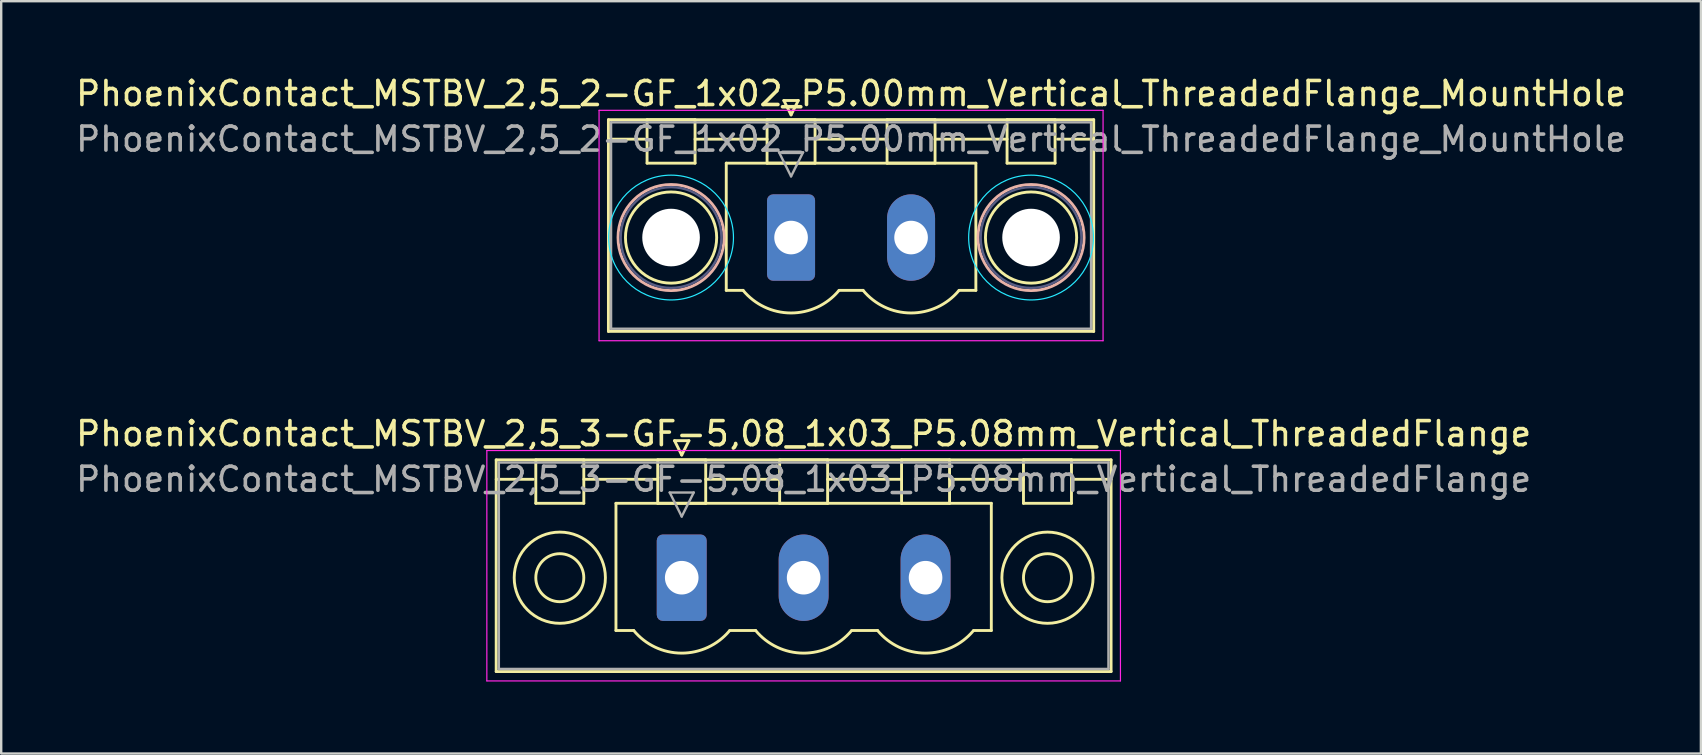
<source format=kicad_pcb>
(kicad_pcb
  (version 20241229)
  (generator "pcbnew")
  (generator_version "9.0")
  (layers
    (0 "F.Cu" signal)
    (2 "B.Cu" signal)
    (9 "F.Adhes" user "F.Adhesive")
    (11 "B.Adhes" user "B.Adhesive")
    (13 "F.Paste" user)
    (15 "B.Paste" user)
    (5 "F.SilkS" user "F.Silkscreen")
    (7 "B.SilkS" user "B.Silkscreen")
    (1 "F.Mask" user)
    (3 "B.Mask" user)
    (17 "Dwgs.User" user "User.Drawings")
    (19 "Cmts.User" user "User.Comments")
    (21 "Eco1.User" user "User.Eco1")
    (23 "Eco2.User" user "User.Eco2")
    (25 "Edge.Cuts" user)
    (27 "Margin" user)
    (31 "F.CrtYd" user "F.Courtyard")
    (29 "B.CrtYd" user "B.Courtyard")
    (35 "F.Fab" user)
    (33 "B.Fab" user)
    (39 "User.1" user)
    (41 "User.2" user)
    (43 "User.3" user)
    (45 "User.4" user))
  (footprint "PhoenixContact_MSTBV_2,5_2-GF_1x02_P5.00mm_Vertical_ThreadedFlange_MountHole"
    (layer "F.Cu")
    (at 29.911 6.848)
    (property "Reference" "PhoenixContact_MSTBV_2,5_2-GF_1x02_P5.00mm_Vertical_ThreadedFlange_MountHole" (at 2.5 -6 0) (layer "F.SilkS") (effects (font (size 1 1) (thickness 0.15))))
    (attr through_hole)
    (fp_line (start -7.61 -4.91) (end -7.61 3.91) (stroke (width 0.12) (type solid)) (layer "F.SilkS"))
    (fp_line (start -7.61 -4.1) (end -6.11 -4.1) (stroke (width 0.12) (type solid)) (layer "F.SilkS"))
    (fp_line (start -7.61 3.91) (end 12.61 3.91) (stroke (width 0.12) (type solid)) (layer "F.SilkS"))
    (fp_line (start -6 -4.91) (end -4 -4.91) (stroke (width 0.12) (type solid)) (layer "F.SilkS"))
    (fp_line (start -6 -3.1) (end -6 -4.91) (stroke (width 0.12) (type solid)) (layer "F.SilkS"))
    (fp_line (start -4 -4.91) (end -4 -3.1) (stroke (width 0.12) (type solid)) (layer "F.SilkS"))
    (fp_line (start -4 -4.1) (end -1 -4.1) (stroke (width 0.12) (type solid)) (layer "F.SilkS"))
    (fp_line (start -4 -3.1) (end -6 -3.1) (stroke (width 0.12) (type solid)) (layer "F.SilkS"))
    (fp_line (start -2.7 -3.1) (end 7.7 -3.1) (stroke (width 0.12) (type solid)) (layer "F.SilkS"))
    (fp_line (start -2.7 2.2) (end -2.7 -3.1) (stroke (width 0.12) (type solid)) (layer "F.SilkS"))
    (fp_line (start -2 2.2) (end -2.7 2.2) (stroke (width 0.12) (type solid)) (layer "F.SilkS"))
    (fp_line (start -1 -4.91) (end 1 -4.91) (stroke (width 0.12) (type solid)) (layer "F.SilkS"))
    (fp_line (start -1 -3.1) (end -1 -4.91) (stroke (width 0.12) (type solid)) (layer "F.SilkS"))
    (fp_line (start -0.3 -5.71) (end 0.3 -5.71) (stroke (width 0.12) (type solid)) (layer "F.SilkS"))
    (fp_line (start 0 -5.11) (end -0.3 -5.71) (stroke (width 0.12) (type solid)) (layer "F.SilkS"))
    (fp_line (start 0.3 -5.71) (end 0 -5.11) (stroke (width 0.12) (type solid)) (layer "F.SilkS"))
    (fp_line (start 1 -4.91) (end 1 -3.1) (stroke (width 0.12) (type solid)) (layer "F.SilkS"))
    (fp_line (start 1 -4.1) (end 4 -4.1) (stroke (width 0.12) (type solid)) (layer "F.SilkS"))
    (fp_line (start 1 -3.1) (end -1 -3.1) (stroke (width 0.12) (type solid)) (layer "F.SilkS"))
    (fp_line (start 2 2.2) (end 3 2.2) (stroke (width 0.12) (type solid)) (layer "F.SilkS"))
    (fp_line (start 4 -4.91) (end 6 -4.91) (stroke (width 0.12) (type solid)) (layer "F.SilkS"))
    (fp_line (start 4 -3.1) (end 4 -4.91) (stroke (width 0.12) (type solid)) (layer "F.SilkS"))
    (fp_line (start 6 -4.91) (end 6 -3.1) (stroke (width 0.12) (type solid)) (layer "F.SilkS"))
    (fp_line (start 6 -4.1) (end 9 -4.1) (stroke (width 0.12) (type solid)) (layer "F.SilkS"))
    (fp_line (start 6 -3.1) (end 4 -3.1) (stroke (width 0.12) (type solid)) (layer "F.SilkS"))
    (fp_line (start 7.7 -3.1) (end 7.7 2.2) (stroke (width 0.12) (type solid)) (layer "F.SilkS"))
    (fp_line (start 7.7 2.2) (end 7 2.2) (stroke (width 0.12) (type solid)) (layer "F.SilkS"))
    (fp_line (start 9 -4.91) (end 11 -4.91) (stroke (width 0.12) (type solid)) (layer "F.SilkS"))
    (fp_line (start 9 -3.1) (end 9 -4.91) (stroke (width 0.12) (type solid)) (layer "F.SilkS"))
    (fp_line (start 11 -4.91) (end 11 -3.1) (stroke (width 0.12) (type solid)) (layer "F.SilkS"))
    (fp_line (start 11 -3.1) (end 9 -3.1) (stroke (width 0.12) (type solid)) (layer "F.SilkS"))
    (fp_line (start 12.61 -4.91) (end -7.61 -4.91) (stroke (width 0.12) (type solid)) (layer "F.SilkS"))
    (fp_line (start 12.61 -4.1) (end 11.11 -4.1) (stroke (width 0.12) (type solid)) (layer "F.SilkS"))
    (fp_line (start 12.61 3.91) (end 12.61 -4.91) (stroke (width 0.12) (type solid)) (layer "F.SilkS"))
    (fp_arc (start 1.986842 2.215821) (mid -0.010289 3.142758) (end -2 2.2) (stroke (width 0.12) (type solid)) (layer "F.SilkS"))
    (fp_arc (start 6.986842 2.215821) (mid 4.989711 3.142758) (end 3 2.2) (stroke (width 0.12) (type solid)) (layer "F.SilkS"))
    (fp_circle (center -5 0) (end -3.1 0) (stroke (width 0.12) (type solid)) (fill no) (layer "F.SilkS"))
    (fp_circle (center 10 0) (end 11.9 0) (stroke (width 0.12) (type solid)) (fill no) (layer "F.SilkS"))
    (fp_circle (center -5 0) (end -2.79 0) (stroke (width 0.12) (type solid)) (fill no) (layer "B.SilkS"))
    (fp_circle (center 10 0) (end 12.21 0) (stroke (width 0.12) (type solid)) (fill no) (layer "B.SilkS"))
    (fp_circle (center -5 0) (end -2.4 0) (stroke (width 0.05) (type solid)) (fill no) (layer "B.CrtYd"))
    (fp_circle (center 10 0) (end 12.6 0) (stroke (width 0.05) (type solid)) (fill no) (layer "B.CrtYd"))
    (fp_line (start -8 -5.3) (end -8 4.3) (stroke (width 0.05) (type solid)) (layer "F.CrtYd"))
    (fp_line (start -8 4.3) (end 13 4.3) (stroke (width 0.05) (type solid)) (layer "F.CrtYd"))
    (fp_line (start 13 -5.3) (end -8 -5.3) (stroke (width 0.05) (type solid)) (layer "F.CrtYd"))
    (fp_line (start 13 4.3) (end 13 -5.3) (stroke (width 0.05) (type solid)) (layer "F.CrtYd"))
    (fp_circle (center -5 0) (end -2.9 0) (stroke (width 0.1) (type solid)) (fill no) (layer "B.Fab"))
    (fp_circle (center 10 0) (end 12.1 0) (stroke (width 0.1) (type solid)) (fill no) (layer "B.Fab"))
    (fp_line (start -7.5 -4.8) (end -7.5 3.8) (stroke (width 0.1) (type solid)) (layer "F.Fab"))
    (fp_line (start -7.5 3.8) (end 12.5 3.8) (stroke (width 0.1) (type solid)) (layer "F.Fab"))
    (fp_line (start -0.5 -3.55) (end 0.5 -3.55) (stroke (width 0.1) (type solid)) (layer "F.Fab"))
    (fp_line (start 0 -2.55) (end -0.5 -3.55) (stroke (width 0.1) (type solid)) (layer "F.Fab"))
    (fp_line (start 0.5 -3.55) (end 0 -2.55) (stroke (width 0.1) (type solid)) (layer "F.Fab"))
    (fp_line (start 12.5 -4.8) (end -7.5 -4.8) (stroke (width 0.1) (type solid)) (layer "F.Fab"))
    (fp_line (start 12.5 3.8) (end 12.5 -4.8) (stroke (width 0.1) (type solid)) (layer "F.Fab"))
    (fp_text user "${REFERENCE}" (at 2.5 -4.1 0) (layer "F.Fab") (effects (font (size 1 1) (thickness 0.15))))
    (pad "" np_thru_hole circle (at -5 0) (size 2.4 2.4) (drill 2.4) (layers "*.Cu" "*.Mask"))
    (pad "" np_thru_hole circle (at 10 0) (size 2.4 2.4) (drill 2.4) (layers "*.Cu" "*.Mask"))
    (pad "1" thru_hole roundrect (at 0 0) (size 2 3.6) (drill 1.4) (layers "*.Cu" "*.Mask") (roundrect_rratio 0.125))
    (pad "2" thru_hole oval (at 5 0) (size 2 3.6) (drill 1.4) (layers "*.Cu" "*.Mask")))
  (footprint "PhoenixContact_MSTBV_2,5_3-GF-5,08_1x03_P5.08mm_Vertical_ThreadedFlange"
    (layer "F.Cu")
    (at 25.355 21.021)
    (property "Reference" "PhoenixContact_MSTBV_2,5_3-GF-5,08_1x03_P5.08mm_Vertical_ThreadedFlange" (at 5.08 -6 0) (layer "F.SilkS") (effects (font (size 1 1) (thickness 0.15))))
    (attr through_hole)
    (fp_line (start -7.73 -4.91) (end -7.73 3.91) (stroke (width 0.12) (type solid)) (layer "F.SilkS"))
    (fp_line (start -7.73 -4.1) (end -6.19 -4.1) (stroke (width 0.12) (type solid)) (layer "F.SilkS"))
    (fp_line (start -7.73 3.91) (end 17.89 3.91) (stroke (width 0.12) (type solid)) (layer "F.SilkS"))
    (fp_line (start -6.08 -4.91) (end -4.08 -4.91) (stroke (width 0.12) (type solid)) (layer "F.SilkS"))
    (fp_line (start -6.08 -3.1) (end -6.08 -4.91) (stroke (width 0.12) (type solid)) (layer "F.SilkS"))
    (fp_line (start -4.08 -4.91) (end -4.08 -3.1) (stroke (width 0.12) (type solid)) (layer "F.SilkS"))
    (fp_line (start -4.08 -4.1) (end -1 -4.1) (stroke (width 0.12) (type solid)) (layer "F.SilkS"))
    (fp_line (start -4.08 -3.1) (end -6.08 -3.1) (stroke (width 0.12) (type solid)) (layer "F.SilkS"))
    (fp_line (start -2.74 -3.1) (end 12.9 -3.1) (stroke (width 0.12) (type solid)) (layer "F.SilkS"))
    (fp_line (start -2.74 2.2) (end -2.74 -3.1) (stroke (width 0.12) (type solid)) (layer "F.SilkS"))
    (fp_line (start -2 2.2) (end -2.74 2.2) (stroke (width 0.12) (type solid)) (layer "F.SilkS"))
    (fp_line (start -1 -4.91) (end 1 -4.91) (stroke (width 0.12) (type solid)) (layer "F.SilkS"))
    (fp_line (start -1 -3.1) (end -1 -4.91) (stroke (width 0.12) (type solid)) (layer "F.SilkS"))
    (fp_line (start -0.3 -5.71) (end 0.3 -5.71) (stroke (width 0.12) (type solid)) (layer "F.SilkS"))
    (fp_line (start 0 -5.11) (end -0.3 -5.71) (stroke (width 0.12) (type solid)) (layer "F.SilkS"))
    (fp_line (start 0.3 -5.71) (end 0 -5.11) (stroke (width 0.12) (type solid)) (layer "F.SilkS"))
    (fp_line (start 1 -4.91) (end 1 -3.1) (stroke (width 0.12) (type solid)) (layer "F.SilkS"))
    (fp_line (start 1 -4.1) (end 4.08 -4.1) (stroke (width 0.12) (type solid)) (layer "F.SilkS"))
    (fp_line (start 1 -3.1) (end -1 -3.1) (stroke (width 0.12) (type solid)) (layer "F.SilkS"))
    (fp_line (start 2 2.2) (end 3.08 2.2) (stroke (width 0.12) (type solid)) (layer "F.SilkS"))
    (fp_line (start 4.08 -4.91) (end 6.08 -4.91) (stroke (width 0.12) (type solid)) (layer "F.SilkS"))
    (fp_line (start 4.08 -3.1) (end 4.08 -4.91) (stroke (width 0.12) (type solid)) (layer "F.SilkS"))
    (fp_line (start 6.08 -4.91) (end 6.08 -3.1) (stroke (width 0.12) (type solid)) (layer "F.SilkS"))
    (fp_line (start 6.08 -4.1) (end 9.16 -4.1) (stroke (width 0.12) (type solid)) (layer "F.SilkS"))
    (fp_line (start 6.08 -3.1) (end 4.08 -3.1) (stroke (width 0.12) (type solid)) (layer "F.SilkS"))
    (fp_line (start 7.08 2.2) (end 8.16 2.2) (stroke (width 0.12) (type solid)) (layer "F.SilkS"))
    (fp_line (start 9.16 -4.91) (end 11.16 -4.91) (stroke (width 0.12) (type solid)) (layer "F.SilkS"))
    (fp_line (start 9.16 -3.1) (end 9.16 -4.91) (stroke (width 0.12) (type solid)) (layer "F.SilkS"))
    (fp_line (start 11.16 -4.91) (end 11.16 -3.1) (stroke (width 0.12) (type solid)) (layer "F.SilkS"))
    (fp_line (start 11.16 -4.1) (end 14.24 -4.1) (stroke (width 0.12) (type solid)) (layer "F.SilkS"))
    (fp_line (start 11.16 -3.1) (end 9.16 -3.1) (stroke (width 0.12) (type solid)) (layer "F.SilkS"))
    (fp_line (start 12.9 -3.1) (end 12.9 2.2) (stroke (width 0.12) (type solid)) (layer "F.SilkS"))
    (fp_line (start 12.9 2.2) (end 12.16 2.2) (stroke (width 0.12) (type solid)) (layer "F.SilkS"))
    (fp_line (start 14.24 -4.91) (end 16.24 -4.91) (stroke (width 0.12) (type solid)) (layer "F.SilkS"))
    (fp_line (start 14.24 -3.1) (end 14.24 -4.91) (stroke (width 0.12) (type solid)) (layer "F.SilkS"))
    (fp_line (start 16.24 -4.91) (end 16.24 -3.1) (stroke (width 0.12) (type solid)) (layer "F.SilkS"))
    (fp_line (start 16.24 -3.1) (end 14.24 -3.1) (stroke (width 0.12) (type solid)) (layer "F.SilkS"))
    (fp_line (start 17.89 -4.91) (end -7.73 -4.91) (stroke (width 0.12) (type solid)) (layer "F.SilkS"))
    (fp_line (start 17.89 -4.1) (end 16.35 -4.1) (stroke (width 0.12) (type solid)) (layer "F.SilkS"))
    (fp_line (start 17.89 3.91) (end 17.89 -4.91) (stroke (width 0.12) (type solid)) (layer "F.SilkS"))
    (fp_arc (start 1.986842 2.215821) (mid -0.010289 3.142758) (end -2 2.2) (stroke (width 0.12) (type solid)) (layer "F.SilkS"))
    (fp_arc (start 7.066842 2.215821) (mid 5.069711 3.142758) (end 3.08 2.2) (stroke (width 0.12) (type solid)) (layer "F.SilkS"))
    (fp_arc (start 12.146842 2.215821) (mid 10.149711 3.142758) (end 8.16 2.2) (stroke (width 0.12) (type solid)) (layer "F.SilkS"))
    (fp_circle (center -5.08 0) (end -4.08 0) (stroke (width 0.12) (type solid)) (fill no) (layer "F.SilkS"))
    (fp_circle (center -5.08 0) (end -3.18 0) (stroke (width 0.12) (type solid)) (fill no) (layer "F.SilkS"))
    (fp_circle (center 15.24 0) (end 16.24 0) (stroke (width 0.12) (type solid)) (fill no) (layer "F.SilkS"))
    (fp_circle (center 15.24 0) (end 17.14 0) (stroke (width 0.12) (type solid)) (fill no) (layer "F.SilkS"))
    (fp_line (start -8.12 -5.3) (end -8.12 4.3) (stroke (width 0.05) (type solid)) (layer "F.CrtYd"))
    (fp_line (start -8.12 4.3) (end 18.28 4.3) (stroke (width 0.05) (type solid)) (layer "F.CrtYd"))
    (fp_line (start 18.28 -5.3) (end -8.12 -5.3) (stroke (width 0.05) (type solid)) (layer "F.CrtYd"))
    (fp_line (start 18.28 4.3) (end 18.28 -5.3) (stroke (width 0.05) (type solid)) (layer "F.CrtYd"))
    (fp_line (start -7.62 -4.8) (end -7.62 3.8) (stroke (width 0.1) (type solid)) (layer "F.Fab"))
    (fp_line (start -7.62 3.8) (end 17.78 3.8) (stroke (width 0.1) (type solid)) (layer "F.Fab"))
    (fp_line (start -0.5 -3.55) (end 0.5 -3.55) (stroke (width 0.1) (type solid)) (layer "F.Fab"))
    (fp_line (start 0 -2.55) (end -0.5 -3.55) (stroke (width 0.1) (type solid)) (layer "F.Fab"))
    (fp_line (start 0.5 -3.55) (end 0 -2.55) (stroke (width 0.1) (type solid)) (layer "F.Fab"))
    (fp_line (start 17.78 -4.8) (end -7.62 -4.8) (stroke (width 0.1) (type solid)) (layer "F.Fab"))
    (fp_line (start 17.78 3.8) (end 17.78 -4.8) (stroke (width 0.1) (type solid)) (layer "F.Fab"))
    (fp_text user "${REFERENCE}" (at 5.08 -4.1 0) (layer "F.Fab") (effects (font (size 1 1) (thickness 0.15))))
    (pad "1" thru_hole roundrect (at 0 0) (size 2.08 3.6) (drill 1.4) (layers "*.Cu" "*.Mask") (roundrect_rratio 0.12))
    (pad "2" thru_hole oval (at 5.08 0) (size 2.08 3.6) (drill 1.4) (layers "*.Cu" "*.Mask"))
    (pad "3" thru_hole oval (at 10.16 0) (size 2.08 3.6) (drill 1.4) (layers "*.Cu" "*.Mask")))
  (gr_rect
    (start -3 -3)
    (end 67.821 28.346)
    (stroke (width 0.1) (type default))
    (fill no)
    (layer "Edge.Cuts")))
</source>
